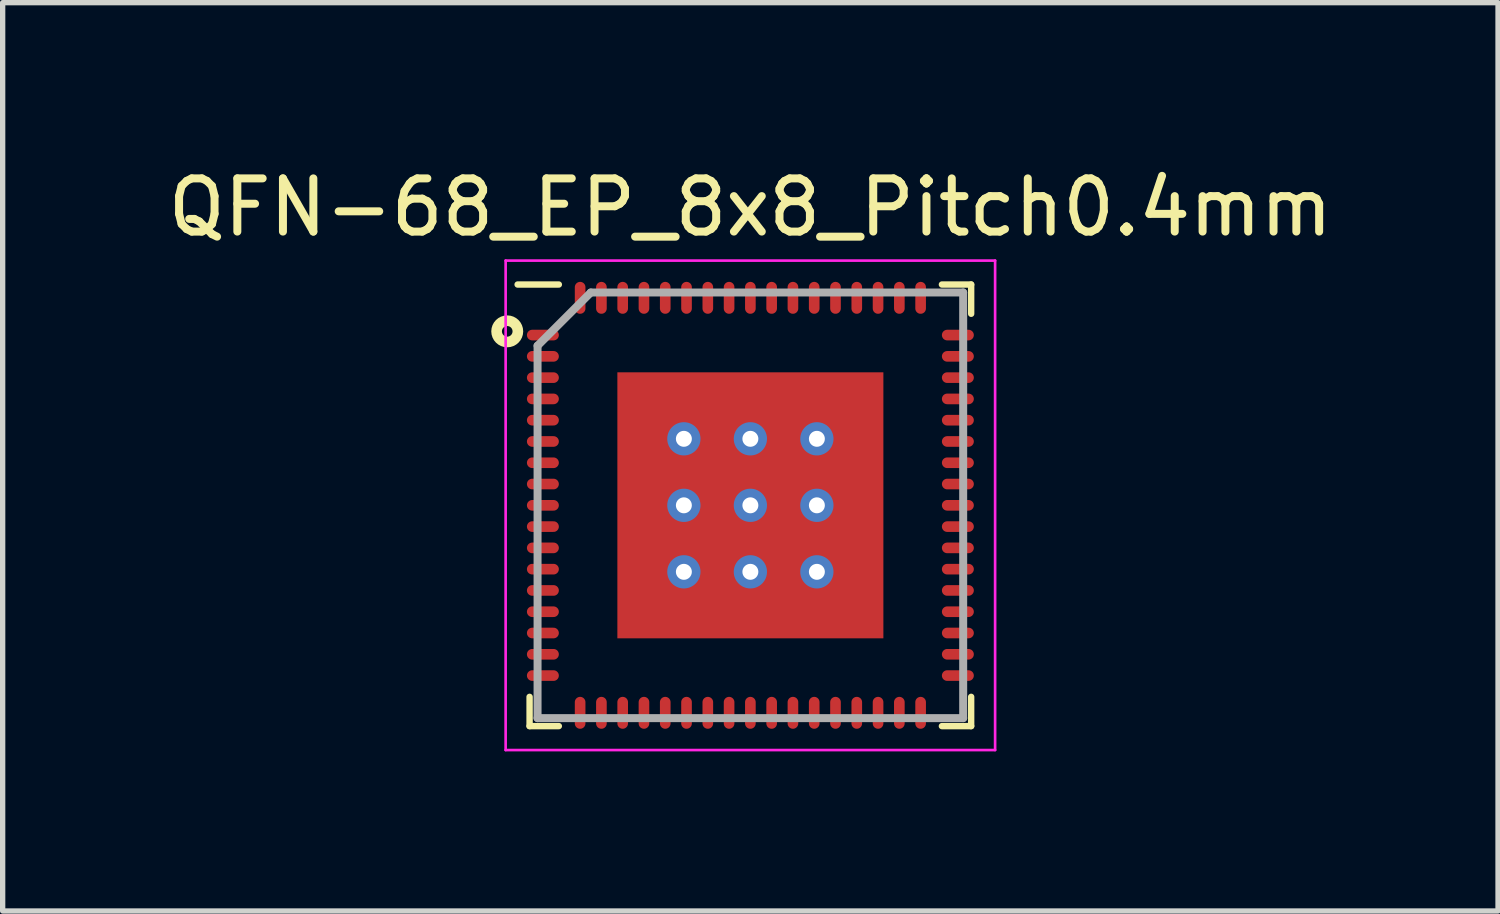
<source format=kicad_pcb>
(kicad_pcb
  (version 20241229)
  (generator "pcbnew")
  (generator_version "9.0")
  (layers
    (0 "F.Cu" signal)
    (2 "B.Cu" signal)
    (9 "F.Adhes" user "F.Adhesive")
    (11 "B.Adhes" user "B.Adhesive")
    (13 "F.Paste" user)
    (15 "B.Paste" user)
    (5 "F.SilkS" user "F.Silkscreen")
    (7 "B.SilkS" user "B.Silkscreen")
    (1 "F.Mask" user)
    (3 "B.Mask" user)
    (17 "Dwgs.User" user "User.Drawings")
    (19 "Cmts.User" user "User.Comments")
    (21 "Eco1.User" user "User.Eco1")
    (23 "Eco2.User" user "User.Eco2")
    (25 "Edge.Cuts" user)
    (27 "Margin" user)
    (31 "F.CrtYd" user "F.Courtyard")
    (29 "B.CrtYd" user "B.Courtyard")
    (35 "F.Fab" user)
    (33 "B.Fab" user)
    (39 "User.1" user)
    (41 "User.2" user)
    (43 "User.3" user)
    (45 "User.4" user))
  (footprint "QFN-68_EP_8x8_Pitch0.4mm"
    (layer "F.Cu")
    (at 11.054 6.448)
    (property "Reference" "QFN-68_EP_8x8_Pitch0.4mm" (at 0 -5.6 0) (unlocked yes) (layer "F.SilkS") (effects (font (size 1 1) (thickness 0.15))))
    (attr smd)
    (fp_line (start -4.15 4.15) (end -4.15 3.6) (stroke (width 0.12) (type default)) (layer "F.SilkS"))
    (fp_line (start -3.6 -4.15) (end -4.375 -4.15) (stroke (width 0.12) (type default)) (layer "F.SilkS"))
    (fp_line (start -3.6 4.15) (end -4.15 4.15) (stroke (width 0.12) (type default)) (layer "F.SilkS"))
    (fp_line (start 3.6 -4.15) (end 4.15 -4.15) (stroke (width 0.12) (type default)) (layer "F.SilkS"))
    (fp_line (start 3.6 4.15) (end 4.15 4.15) (stroke (width 0.12) (type default)) (layer "F.SilkS"))
    (fp_line (start 4.15 -4.15) (end 4.15 -3.6) (stroke (width 0.12) (type default)) (layer "F.SilkS"))
    (fp_line (start 4.15 4.15) (end 4.15 3.6) (stroke (width 0.12) (type default)) (layer "F.SilkS"))
    (fp_circle (center -4.57 -3.27) (end -4.37 -3.27) (stroke (width 0.2) (type default)) (fill no) (layer "F.SilkS"))
    (fp_line (start -4.6 -4.6) (end 4.6 -4.6) (stroke (width 0.05) (type default)) (layer "F.CrtYd"))
    (fp_line (start -4.6 4.6) (end -4.6 -4.6) (stroke (width 0.05) (type default)) (layer "F.CrtYd"))
    (fp_line (start 4.6 -4.6) (end 4.6 4.6) (stroke (width 0.05) (type default)) (layer "F.CrtYd"))
    (fp_line (start 4.6 4.6) (end -4.6 4.6) (stroke (width 0.05) (type default)) (layer "F.CrtYd"))
    (fp_line (start -4 -3) (end -4 4) (stroke (width 0.15) (type default)) (layer "F.Fab"))
    (fp_line (start -4 4) (end 4 4) (stroke (width 0.15) (type default)) (layer "F.Fab"))
    (fp_line (start -3 -4) (end -4 -3) (stroke (width 0.15) (type default)) (layer "F.Fab"))
    (fp_line (start 4 -4) (end -3 -4) (stroke (width 0.15) (type default)) (layer "F.Fab"))
    (fp_line (start 4 4) (end 4 -4) (stroke (width 0.15) (type default)) (layer "F.Fab"))
    (pad "" smd rect (at -1.875 -1.875) (size 0.6 0.6) (layers "F.Paste"))
    (pad "" smd rect (at -1.875 -0.625) (size 0.6 0.6) (layers "F.Paste"))
    (pad "" smd rect (at -1.875 0.625) (size 0.6 0.6) (layers "F.Paste"))
    (pad "" smd rect (at -1.875 1.875) (size 0.6 0.6) (layers "F.Paste"))
    (pad "" smd rect (at -0.625 -1.875) (size 0.6 0.6) (layers "F.Paste"))
    (pad "" smd rect (at -0.625 -0.625) (size 0.9 0.9) (layers "F.Paste"))
    (pad "" smd rect (at -0.625 0.625) (size 0.9 0.9) (layers "F.Paste"))
    (pad "" smd rect (at -0.625 1.875) (size 0.5 0.6) (layers "F.Paste"))
    (pad "" smd rect (at 0.625 -1.875) (size 0.6 0.6) (layers "F.Paste"))
    (pad "" smd rect (at 0.625 -0.625) (size 0.9 0.9) (layers "F.Paste"))
    (pad "" smd rect (at 0.625 0.625) (size 0.9 0.9) (layers "F.Paste"))
    (pad "" smd rect (at 0.625 1.875) (size 0.6 0.6) (layers "F.Paste"))
    (pad "" smd rect (at 1.875 -1.875) (size 0.6 0.6) (layers "F.Paste"))
    (pad "" smd rect (at 1.875 -0.625) (size 0.6 0.6) (layers "F.Paste"))
    (pad "" smd rect (at 1.875 0.625) (size 0.6 0.6) (layers "F.Paste"))
    (pad "" smd rect (at 1.875 1.875) (size 0.6 0.6) (layers "F.Paste"))
    (pad "1" smd oval (at -3.9 -3.2 90) (size 0.2 0.6) (layers "F.Cu" "F.Mask" "F.Paste"))
    (pad "2" smd oval (at -3.9 -2.8 90) (size 0.2 0.6) (layers "F.Cu" "F.Mask" "F.Paste"))
    (pad "3" smd oval (at -3.9 -2.4 90) (size 0.2 0.6) (layers "F.Cu" "F.Mask" "F.Paste"))
    (pad "4" smd oval (at -3.9 -2 90) (size 0.2 0.6) (layers "F.Cu" "F.Mask" "F.Paste"))
    (pad "5" smd oval (at -3.9 -1.6 90) (size 0.2 0.6) (layers "F.Cu" "F.Mask" "F.Paste"))
    (pad "6" smd oval (at -3.9 -1.2 90) (size 0.2 0.6) (layers "F.Cu" "F.Mask" "F.Paste"))
    (pad "7" smd oval (at -3.9 -0.8 90) (size 0.2 0.6) (layers "F.Cu" "F.Mask" "F.Paste"))
    (pad "8" smd oval (at -3.9 -0.4 90) (size 0.2 0.6) (layers "F.Cu" "F.Mask" "F.Paste"))
    (pad "9" smd oval (at -3.9 0 90) (size 0.2 0.6) (layers "F.Cu" "F.Mask" "F.Paste"))
    (pad "10" smd oval (at -3.9 0.4 90) (size 0.2 0.6) (layers "F.Cu" "F.Mask" "F.Paste"))
    (pad "11" smd oval (at -3.9 0.8 90) (size 0.2 0.6) (layers "F.Cu" "F.Mask" "F.Paste"))
    (pad "12" smd oval (at -3.9 1.2 90) (size 0.2 0.6) (layers "F.Cu" "F.Mask" "F.Paste"))
    (pad "13" smd oval (at -3.9 1.6 90) (size 0.2 0.6) (layers "F.Cu" "F.Mask" "F.Paste"))
    (pad "14" smd oval (at -3.9 2 90) (size 0.2 0.6) (layers "F.Cu" "F.Mask" "F.Paste"))
    (pad "15" smd oval (at -3.9 2.4 90) (size 0.2 0.6) (layers "F.Cu" "F.Mask" "F.Paste"))
    (pad "16" smd oval (at -3.9 2.8 90) (size 0.2 0.6) (layers "F.Cu" "F.Mask" "F.Paste"))
    (pad "17" smd oval (at -3.9 3.2 90) (size 0.2 0.6) (layers "F.Cu" "F.Mask" "F.Paste"))
    (pad "18" smd oval (at -3.2 3.9) (size 0.2 0.6) (layers "F.Cu" "F.Mask" "F.Paste"))
    (pad "19" smd oval (at -2.8 3.9) (size 0.2 0.6) (layers "F.Cu" "F.Mask" "F.Paste"))
    (pad "20" smd oval (at -2.4 3.9) (size 0.2 0.6) (layers "F.Cu" "F.Mask" "F.Paste"))
    (pad "21" smd oval (at -2 3.9) (size 0.2 0.6) (layers "F.Cu" "F.Mask" "F.Paste"))
    (pad "22" smd oval (at -1.6 3.9) (size 0.2 0.6) (layers "F.Cu" "F.Mask" "F.Paste"))
    (pad "23" smd oval (at -1.2 3.9) (size 0.2 0.6) (layers "F.Cu" "F.Mask" "F.Paste"))
    (pad "24" smd oval (at -0.8 3.9) (size 0.2 0.6) (layers "F.Cu" "F.Mask" "F.Paste"))
    (pad "25" smd oval (at -0.4 3.9) (size 0.2 0.6) (layers "F.Cu" "F.Mask" "F.Paste"))
    (pad "26" smd oval (at 0 3.9) (size 0.2 0.6) (layers "F.Cu" "F.Mask" "F.Paste"))
    (pad "27" smd oval (at 0.4 3.9) (size 0.2 0.6) (layers "F.Cu" "F.Mask" "F.Paste"))
    (pad "28" smd oval (at 0.8 3.9) (size 0.2 0.6) (layers "F.Cu" "F.Mask" "F.Paste"))
    (pad "29" smd oval (at 1.2 3.9) (size 0.2 0.6) (layers "F.Cu" "F.Mask" "F.Paste"))
    (pad "30" smd oval (at 1.6 3.9) (size 0.2 0.6) (layers "F.Cu" "F.Mask" "F.Paste"))
    (pad "31" smd oval (at 2 3.9) (size 0.2 0.6) (layers "F.Cu" "F.Mask" "F.Paste"))
    (pad "32" smd oval (at 2.4 3.9) (size 0.2 0.6) (layers "F.Cu" "F.Mask" "F.Paste"))
    (pad "33" smd oval (at 2.8 3.9) (size 0.2 0.6) (layers "F.Cu" "F.Mask" "F.Paste"))
    (pad "34" smd oval (at 3.2 3.9) (size 0.2 0.6) (layers "F.Cu" "F.Mask" "F.Paste"))
    (pad "35" smd oval (at 3.9 3.2 90) (size 0.2 0.6) (layers "F.Cu" "F.Mask" "F.Paste"))
    (pad "36" smd oval (at 3.9 2.8 90) (size 0.2 0.6) (layers "F.Cu" "F.Mask" "F.Paste"))
    (pad "37" smd oval (at 3.9 2.4 90) (size 0.2 0.6) (layers "F.Cu" "F.Mask" "F.Paste"))
    (pad "38" smd oval (at 3.9 2 90) (size 0.2 0.6) (layers "F.Cu" "F.Mask" "F.Paste"))
    (pad "39" smd oval (at 3.9 1.6 90) (size 0.2 0.6) (layers "F.Cu" "F.Mask" "F.Paste"))
    (pad "40" smd oval (at 3.9 1.2 90) (size 0.2 0.6) (layers "F.Cu" "F.Mask" "F.Paste"))
    (pad "41" smd oval (at 3.9 0.8 90) (size 0.2 0.6) (layers "F.Cu" "F.Mask" "F.Paste"))
    (pad "42" smd oval (at 3.9 0.4 90) (size 0.2 0.6) (layers "F.Cu" "F.Mask" "F.Paste"))
    (pad "43" smd oval (at 3.9 0 90) (size 0.2 0.6) (layers "F.Cu" "F.Mask" "F.Paste"))
    (pad "44" smd oval (at 3.9 -0.4 90) (size 0.2 0.6) (layers "F.Cu" "F.Mask" "F.Paste"))
    (pad "45" smd oval (at 3.9 -0.8 90) (size 0.2 0.6) (layers "F.Cu" "F.Mask" "F.Paste"))
    (pad "46" smd oval (at 3.9 -1.2 90) (size 0.2 0.6) (layers "F.Cu" "F.Mask" "F.Paste"))
    (pad "47" smd oval (at 3.9 -1.6 90) (size 0.2 0.6) (layers "F.Cu" "F.Mask" "F.Paste"))
    (pad "48" smd oval (at 3.9 -2 90) (size 0.2 0.6) (layers "F.Cu" "F.Mask" "F.Paste"))
    (pad "49" smd oval (at 3.9 -2.4 90) (size 0.2 0.6) (layers "F.Cu" "F.Mask" "F.Paste"))
    (pad "50" smd oval (at 3.9 -2.8 90) (size 0.2 0.6) (layers "F.Cu" "F.Mask" "F.Paste"))
    (pad "51" smd oval (at 3.9 -3.2 90) (size 0.2 0.6) (layers "F.Cu" "F.Mask" "F.Paste"))
    (pad "52" smd oval (at 3.2 -3.9) (size 0.2 0.6) (layers "F.Cu" "F.Mask" "F.Paste"))
    (pad "53" smd oval (at 2.8 -3.9) (size 0.2 0.6) (layers "F.Cu" "F.Mask" "F.Paste"))
    (pad "54" smd oval (at 2.4 -3.9) (size 0.2 0.6) (layers "F.Cu" "F.Mask" "F.Paste"))
    (pad "55" smd oval (at 2 -3.9) (size 0.2 0.6) (layers "F.Cu" "F.Mask" "F.Paste"))
    (pad "56" smd oval (at 1.6 -3.9) (size 0.2 0.6) (layers "F.Cu" "F.Mask" "F.Paste"))
    (pad "57" smd oval (at 1.2 -3.9) (size 0.2 0.6) (layers "F.Cu" "F.Mask" "F.Paste"))
    (pad "58" smd oval (at 0.8 -3.9) (size 0.2 0.6) (layers "F.Cu" "F.Mask" "F.Paste"))
    (pad "59" smd oval (at 0.4 -3.9) (size 0.2 0.6) (layers "F.Cu" "F.Mask" "F.Paste"))
    (pad "60" smd oval (at 0 -3.9) (size 0.2 0.6) (layers "F.Cu" "F.Mask" "F.Paste"))
    (pad "61" smd oval (at -0.4 -3.9) (size 0.2 0.6) (layers "F.Cu" "F.Mask" "F.Paste"))
    (pad "62" smd oval (at -0.8 -3.9) (size 0.2 0.6) (layers "F.Cu" "F.Mask" "F.Paste"))
    (pad "63" smd oval (at -1.2 -3.9) (size 0.2 0.6) (layers "F.Cu" "F.Mask" "F.Paste"))
    (pad "64" smd oval (at -1.6 -3.9) (size 0.2 0.6) (layers "F.Cu" "F.Mask" "F.Paste"))
    (pad "65" smd oval (at -2 -3.9) (size 0.2 0.6) (layers "F.Cu" "F.Mask" "F.Paste"))
    (pad "66" smd oval (at -2.4 -3.9) (size 0.2 0.6) (layers "F.Cu" "F.Mask" "F.Paste"))
    (pad "67" smd oval (at -2.8 -3.9) (size 0.2 0.6) (layers "F.Cu" "F.Mask" "F.Paste"))
    (pad "68" smd oval (at -3.2 -3.9) (size 0.2 0.6) (layers "F.Cu" "F.Mask" "F.Paste"))
    (pad "69" thru_hole circle (at -1.25 -1.25) (size 0.625 0.625) (drill 0.3) (layers "*.Cu" "*.Mask"))
    (pad "69" thru_hole circle (at -1.25 0) (size 0.625 0.625) (drill 0.3) (layers "*.Cu" "*.Mask"))
    (pad "69" thru_hole circle (at -1.25 1.25) (size 0.625 0.625) (drill 0.3) (layers "*.Cu" "*.Mask"))
    (pad "69" thru_hole circle (at 0 -1.25) (size 0.625 0.625) (drill 0.3) (layers "*.Cu" "*.Mask"))
    (pad "69" thru_hole circle (at 0 0) (size 0.625 0.625) (drill 0.3) (layers "*.Cu" "*.Mask"))
    (pad "69" smd rect (at 0 0) (size 5 5) (layers "F.Cu" "F.Mask"))
    (pad "69" thru_hole circle (at 0 1.25) (size 0.625 0.625) (drill 0.3) (layers "*.Cu" "*.Mask"))
    (pad "69" thru_hole circle (at 1.25 -1.25) (size 0.625 0.625) (drill 0.3) (layers "*.Cu" "*.Mask"))
    (pad "69" thru_hole circle (at 1.25 0) (size 0.625 0.625) (drill 0.3) (layers "*.Cu" "*.Mask"))
    (pad "69" thru_hole circle (at 1.25 1.25) (size 0.625 0.625) (drill 0.3) (layers "*.Cu" "*.Mask")))
  (gr_rect
    (start -3 -3)
    (end 25.107 14.073)
    (stroke (width 0.1) (type default))
    (fill no)
    (layer "Edge.Cuts")))
</source>
